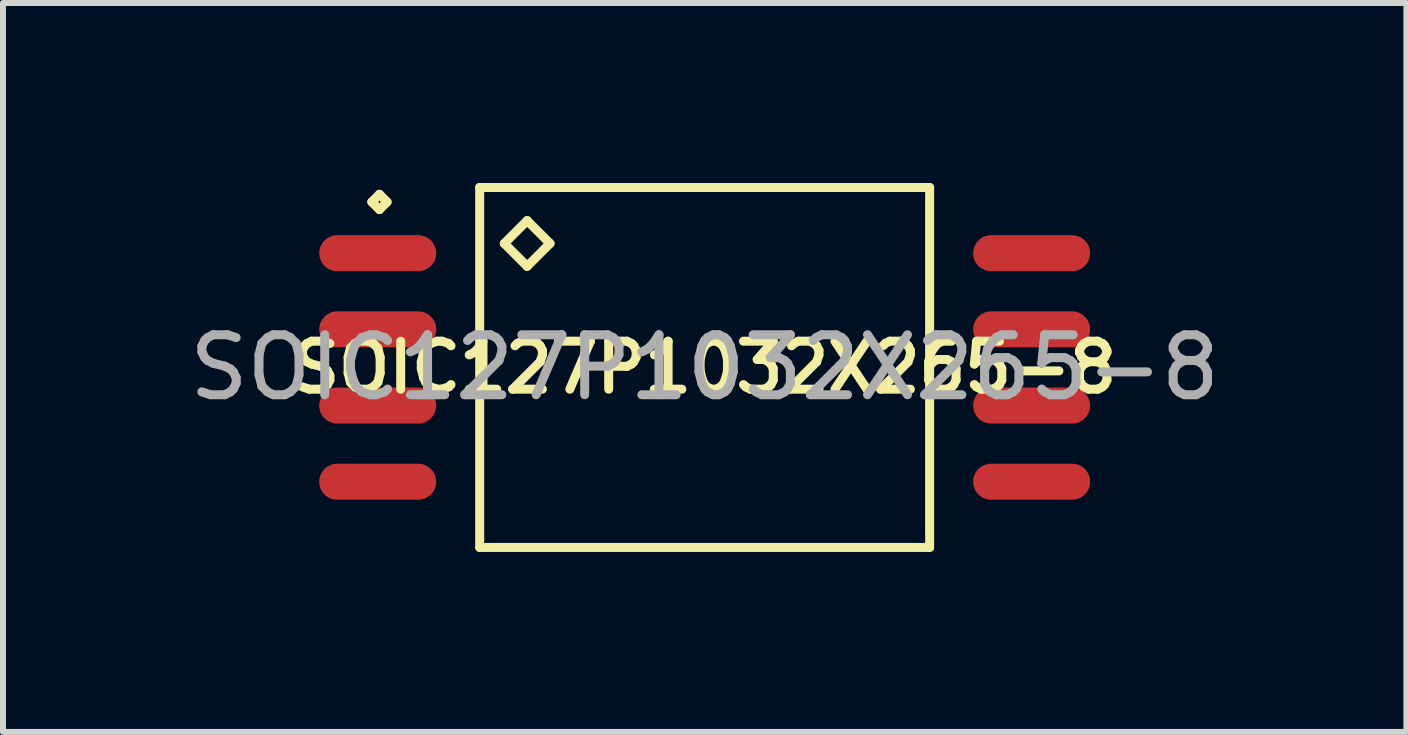
<source format=kicad_pcb>
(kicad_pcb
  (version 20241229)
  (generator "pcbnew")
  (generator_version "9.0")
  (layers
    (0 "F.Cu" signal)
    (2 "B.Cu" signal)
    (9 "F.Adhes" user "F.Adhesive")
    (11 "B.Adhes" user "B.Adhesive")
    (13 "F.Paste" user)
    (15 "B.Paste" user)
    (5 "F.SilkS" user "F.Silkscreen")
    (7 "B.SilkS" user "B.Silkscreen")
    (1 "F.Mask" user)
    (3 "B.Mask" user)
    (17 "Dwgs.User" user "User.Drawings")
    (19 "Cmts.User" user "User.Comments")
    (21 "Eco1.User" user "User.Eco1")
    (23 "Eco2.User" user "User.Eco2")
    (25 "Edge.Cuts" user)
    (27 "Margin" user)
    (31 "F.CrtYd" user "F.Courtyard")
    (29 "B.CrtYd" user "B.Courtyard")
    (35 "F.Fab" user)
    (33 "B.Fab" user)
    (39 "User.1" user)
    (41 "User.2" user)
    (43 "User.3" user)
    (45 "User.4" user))
  (footprint "SOIC127P1032X265-8"
    (layer "F.Cu")
    (at 8.696 3.075)
    (property "Reference" "SOIC127P1032X265-8" (at 0 0 0) (layer "F.SilkS") (effects (font (size 0.8 0.8) (thickness 0.15))))
    (attr smd)
    (fp_line (start -5.548 -2.759) (end -5.421 -2.886) (stroke (width 0.15) (type solid)) (layer "F.SilkS"))
    (fp_line (start -5.421 -2.886) (end -5.294 -2.759) (stroke (width 0.15) (type solid)) (layer "F.SilkS"))
    (fp_line (start -5.421 -2.632) (end -5.548 -2.759) (stroke (width 0.15) (type solid)) (layer "F.SilkS"))
    (fp_line (start -5.294 -2.759) (end -5.421 -2.632) (stroke (width 0.15) (type solid)) (layer "F.SilkS"))
    (fp_line (start -3.75 -3) (end -3.75 3) (stroke (width 0.15) (type solid)) (layer "F.SilkS"))
    (fp_line (start -3.75 3) (end 3.75 3) (stroke (width 0.15) (type solid)) (layer "F.SilkS"))
    (fp_line (start -3.34 -2.067) (end -2.959 -2.448) (stroke (width 0.15) (type solid)) (layer "F.SilkS"))
    (fp_line (start -2.959 -2.448) (end -2.578 -2.067) (stroke (width 0.15) (type solid)) (layer "F.SilkS"))
    (fp_line (start -2.959 -1.686) (end -3.34 -2.067) (stroke (width 0.15) (type solid)) (layer "F.SilkS"))
    (fp_line (start -2.578 -2.067) (end -2.959 -1.686) (stroke (width 0.15) (type solid)) (layer "F.SilkS"))
    (fp_line (start 3.75 -3) (end -3.75 -3) (stroke (width 0.15) (type solid)) (layer "F.SilkS"))
    (fp_line (start 3.75 3) (end 3.75 -3) (stroke (width 0.15) (type solid)) (layer "F.SilkS"))
    (fp_text user "${REFERENCE}" (at 0 0 0) (layer "F.Fab") (effects (font (size 1 1) (thickness 0.15))))
    (pad "1" smd oval (at -5.45 -1.905) (size 1.95 0.6) (layers "F.Cu" "F.Mask" "F.Paste"))
    (pad "2" smd oval (at -5.45 -0.635) (size 1.95 0.6) (layers "F.Cu" "F.Mask" "F.Paste"))
    (pad "3" smd oval (at -5.45 0.635) (size 1.95 0.6) (layers "F.Cu" "F.Mask" "F.Paste"))
    (pad "4" smd oval (at -5.45 1.905) (size 1.95 0.6) (layers "F.Cu" "F.Mask" "F.Paste"))
    (pad "5" smd oval (at 5.45 1.905) (size 1.95 0.6) (layers "F.Cu" "F.Mask" "F.Paste"))
    (pad "6" smd oval (at 5.45 0.635) (size 1.95 0.6) (layers "F.Cu" "F.Mask" "F.Paste"))
    (pad "7" smd oval (at 5.45 -0.635) (size 1.95 0.6) (layers "F.Cu" "F.Mask" "F.Paste"))
    (pad "8" smd oval (at 5.45 -1.905) (size 1.95 0.6) (layers "F.Cu" "F.Mask" "F.Paste")))
  (gr_rect
    (start -3 -3)
    (end 20.393 9.15)
    (stroke (width 0.1) (type default))
    (fill no)
    (layer "Edge.Cuts")))
</source>
